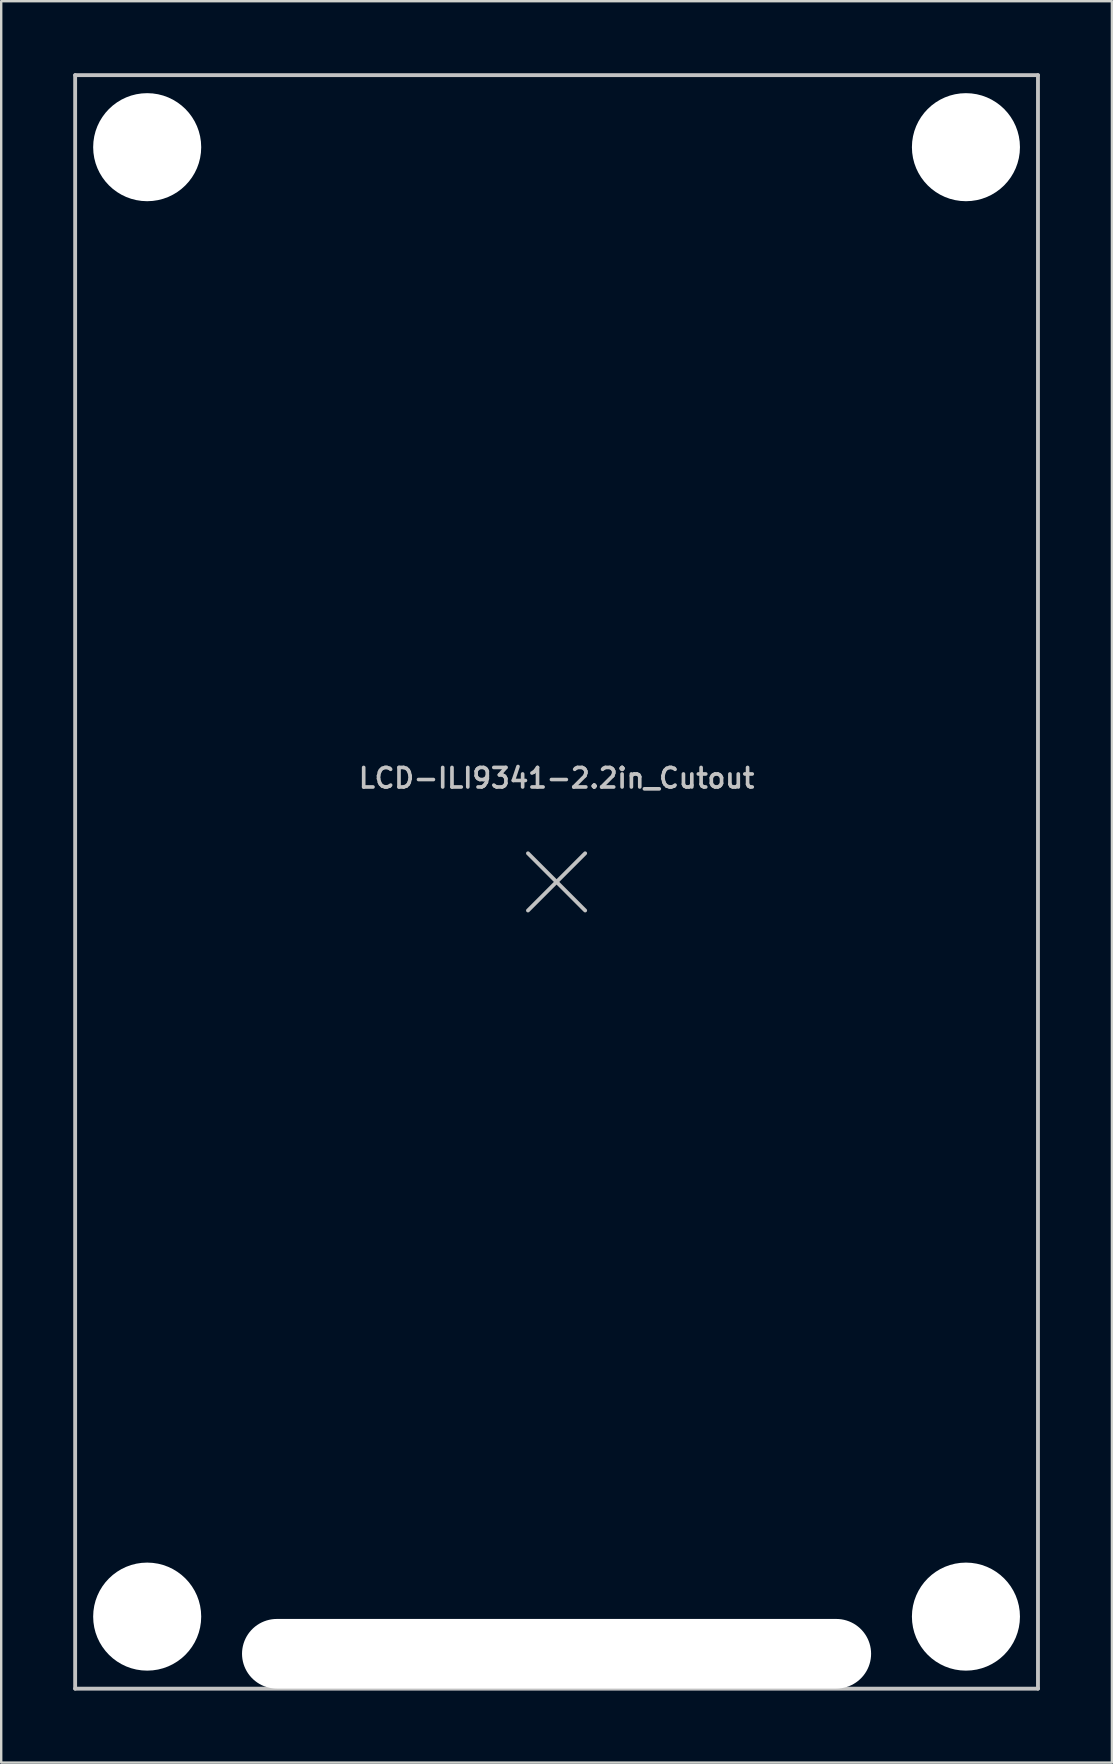
<source format=kicad_pcb>
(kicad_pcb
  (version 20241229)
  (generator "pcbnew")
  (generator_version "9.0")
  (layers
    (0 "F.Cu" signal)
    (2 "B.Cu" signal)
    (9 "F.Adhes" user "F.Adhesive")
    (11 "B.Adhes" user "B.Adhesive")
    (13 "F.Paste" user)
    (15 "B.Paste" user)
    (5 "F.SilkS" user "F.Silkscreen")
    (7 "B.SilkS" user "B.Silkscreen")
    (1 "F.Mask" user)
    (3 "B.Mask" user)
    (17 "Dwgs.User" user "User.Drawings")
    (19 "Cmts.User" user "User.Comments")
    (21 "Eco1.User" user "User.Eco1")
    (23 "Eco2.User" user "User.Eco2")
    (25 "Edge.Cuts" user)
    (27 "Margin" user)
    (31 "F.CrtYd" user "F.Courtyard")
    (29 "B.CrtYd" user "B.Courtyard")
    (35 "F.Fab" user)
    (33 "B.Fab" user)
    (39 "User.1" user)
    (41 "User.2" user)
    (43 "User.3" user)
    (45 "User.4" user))
  (footprint "LCD-ILI9341-2.2in_Cutout"
    (layer "F.Cu")
    (at 20.13 33.68)
    (property "Reference" "LCD-ILI9341-2.2in_Cutout" (at 0 -4.322 180) (layer "Dwgs.User") (effects (font (size 0.813 0.813) (thickness 0.152))))
    (attr exclude_from_pos_files exclude_from_bom)
    (fp_line (start -20.05 -33.6) (end -20.05 33.6) (stroke (width 0.16) (type solid)) (layer "Dwgs.User"))
    (fp_line (start -20.05 -33.6) (end 20.05 -33.6) (stroke (width 0.16) (type solid)) (layer "Dwgs.User"))
    (fp_line (start -20.05 33.6) (end 20.05 33.6) (stroke (width 0.16) (type solid)) (layer "Dwgs.User"))
    (fp_line (start -1.191 -1.191) (end 1.191 1.191) (stroke (width 0.16) (type solid)) (layer "Dwgs.User"))
    (fp_line (start 1.191 -1.191) (end -1.191 1.191) (stroke (width 0.16) (type solid)) (layer "Dwgs.User"))
    (fp_line (start 20.05 -33.6) (end 20.05 33.6) (stroke (width 0.16) (type solid)) (layer "Dwgs.User"))
    (fp_text user "HOLE" (at -2.381 32.147 0) (layer "F.SilkS") (effects (font (size 0.813 0.813) (thickness 0.152))))
    (fp_text user "HOLE" (at 2.381 32.147 0) (layer "B.SilkS") (effects (font (size 0.813 0.813) (thickness 0.152)) (justify mirror)))
    (pad "" np_thru_hole circle (at -17.05 -30.6) (size 4.5 4.5) (drill 4.5) (layers "*.Cu" "*.Mask"))
    (pad "" np_thru_hole circle (at -17.05 30.6) (size 4.5 4.5) (drill 4.5) (layers "*.Cu" "*.Mask"))
    (pad "" np_thru_hole oval (at 0 32.147) (size 26.2 2.9) (drill oval 26.2 2.9) (layers "*.Cu" "*.Mask"))
    (pad "" np_thru_hole circle (at 17.05 -30.6) (size 4.5 4.5) (drill 4.5) (layers "*.Cu" "*.Mask"))
    (pad "" np_thru_hole circle (at 17.05 30.6 90) (size 4.5 4.5) (drill 4.5) (layers "*.Cu" "*.Mask")))
  (gr_rect
    (start -3 -3)
    (end 43.26 70.36)
    (stroke (width 0.1) (type default))
    (fill no)
    (layer "Edge.Cuts")))
</source>
